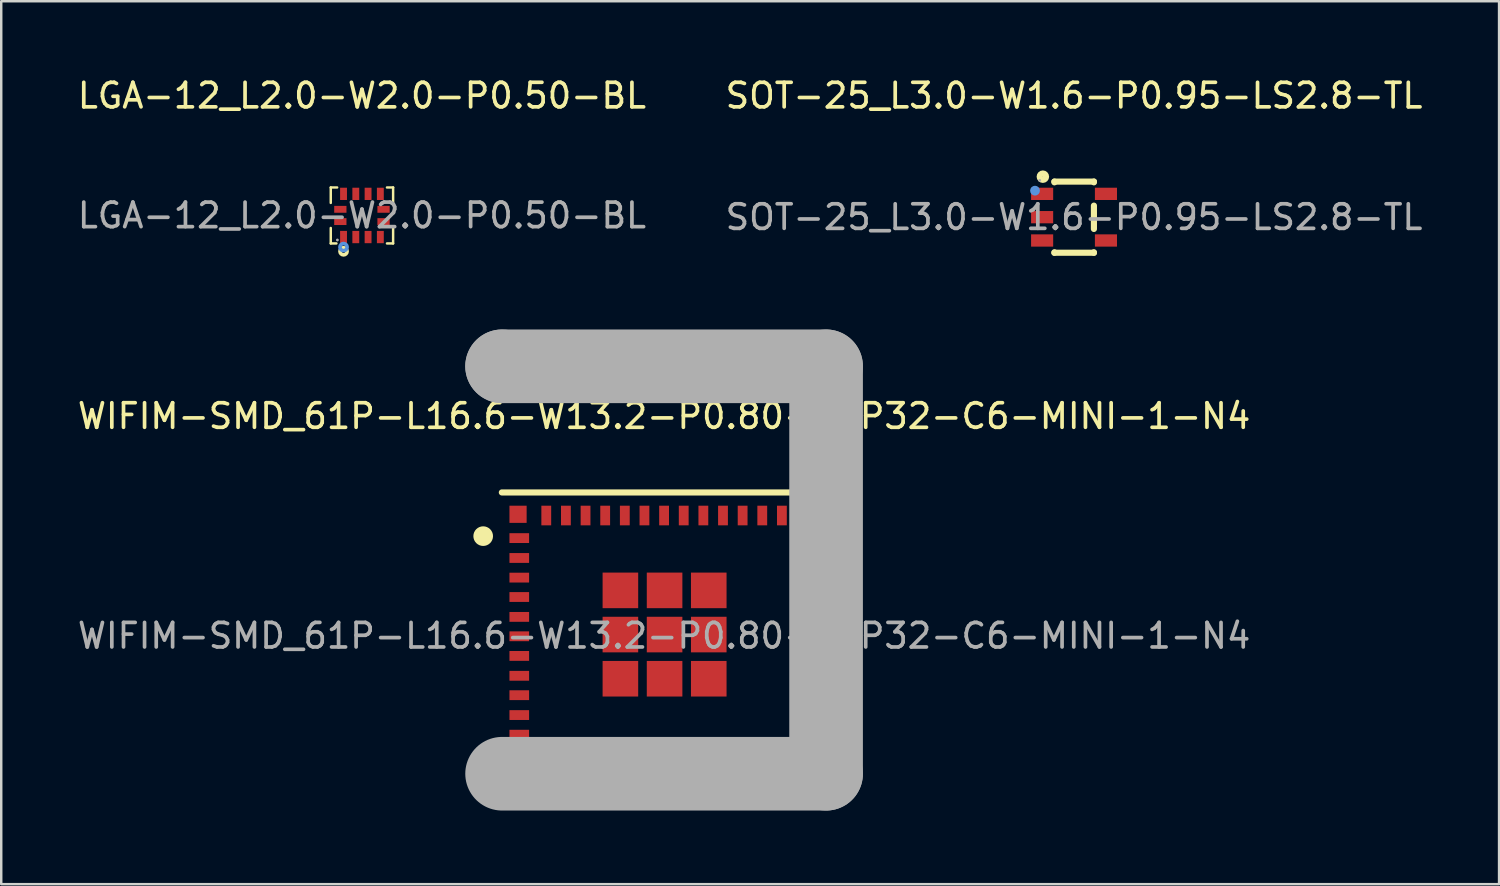
<source format=kicad_pcb>
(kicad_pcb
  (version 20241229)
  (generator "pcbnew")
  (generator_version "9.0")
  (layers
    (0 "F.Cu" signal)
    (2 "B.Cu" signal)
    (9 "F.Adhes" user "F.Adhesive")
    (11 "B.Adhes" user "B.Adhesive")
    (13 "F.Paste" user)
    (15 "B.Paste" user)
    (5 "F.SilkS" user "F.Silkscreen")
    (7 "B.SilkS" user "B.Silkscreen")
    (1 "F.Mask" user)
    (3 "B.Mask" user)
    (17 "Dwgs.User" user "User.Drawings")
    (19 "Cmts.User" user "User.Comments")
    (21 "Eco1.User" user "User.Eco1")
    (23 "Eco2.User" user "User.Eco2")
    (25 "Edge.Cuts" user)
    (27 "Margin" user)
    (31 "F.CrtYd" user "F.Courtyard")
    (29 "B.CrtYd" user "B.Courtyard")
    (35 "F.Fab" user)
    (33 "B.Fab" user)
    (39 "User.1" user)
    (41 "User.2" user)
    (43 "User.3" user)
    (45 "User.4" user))
  (footprint "WIFIM-SMD_61P-L16.6-W13.2-P0.80-ESP32-C6-MINI-1-N4"
    (layer "F.Cu")
    (at 24.006 22.853)
    (property "Reference" "WIFIM-SMD_61P-L16.6-W13.2-P0.80-ESP32-C6-MINI-1-N4" (at 0 -8.95 0) (layer "F.SilkS") (effects (font (size 1 1) (thickness 0.15))))
    (attr smd)
    (fp_line (start -6.61 -5.84) (end 6.6 -5.84) (stroke (width 0.25) (type solid)) (layer "F.SilkS"))
    (fp_circle (center -7.37 -4.06) (end -7.17 -4.06) (stroke (width 0.4) (type solid)) (fill no) (layer "F.SilkS"))
    (fp_line (start -6.6 -10.98) (end -6.6 -10.98) (stroke (width 3) (type solid)) (layer "F.Fab"))
    (fp_line (start -6.6 -10.98) (end 6.6 -10.98) (stroke (width 3) (type solid)) (layer "F.Fab"))
    (fp_line (start 6.6 -10.98) (end 6.6 5.62) (stroke (width 3) (type solid)) (layer "F.Fab"))
    (fp_line (start 6.6 5.62) (end -6.6 5.62) (stroke (width 3) (type solid)) (layer "F.Fab"))
    (fp_circle (center -6.6 -10.98) (end -6.57 -10.98) (stroke (width 0.06) (type solid)) (fill no) (layer "F.Fab"))
    (fp_text user "${REFERENCE}" (at 0 0 0) (layer "F.Fab") (effects (font (size 1 1) (thickness 0.15))))
    (pad "1" smd rect (at -5.9 -3.98) (size 0.8 0.4) (layers "F.Cu" "F.Mask" "F.Paste"))
    (pad "2" smd rect (at -5.9 -3.17) (size 0.8 0.4) (layers "F.Cu" "F.Mask" "F.Paste"))
    (pad "3" smd rect (at -5.9 -2.37) (size 0.8 0.4) (layers "F.Cu" "F.Mask" "F.Paste"))
    (pad "4" smd rect (at -5.9 -1.58) (size 0.8 0.4) (layers "F.Cu" "F.Mask" "F.Paste"))
    (pad "5" smd rect (at -5.9 -0.77) (size 0.8 0.4) (layers "F.Cu" "F.Mask" "F.Paste"))
    (pad "6" smd rect (at -5.9 0.02) (size 0.8 0.4) (layers "F.Cu" "F.Mask" "F.Paste"))
    (pad "7" smd rect (at -5.9 0.82) (size 0.8 0.4) (layers "F.Cu" "F.Mask" "F.Paste"))
    (pad "8" smd rect (at -5.9 1.63) (size 0.8 0.4) (layers "F.Cu" "F.Mask" "F.Paste"))
    (pad "9" smd rect (at -5.9 2.42) (size 0.8 0.4) (layers "F.Cu" "F.Mask" "F.Paste"))
    (pad "10" smd rect (at -5.9 3.23) (size 0.8 0.4) (layers "F.Cu" "F.Mask" "F.Paste"))
    (pad "11" smd rect (at -5.9 4.03) (size 0.8 0.4) (layers "F.Cu" "F.Mask" "F.Paste"))
    (pad "12" smd rect (at -4.8 4.9 270) (size 0.8 0.4) (layers "F.Cu" "F.Mask" "F.Paste"))
    (pad "13" smd rect (at -4 4.9 270) (size 0.8 0.4) (layers "F.Cu" "F.Mask" "F.Paste"))
    (pad "14" smd rect (at -3.2 4.9 270) (size 0.8 0.4) (layers "F.Cu" "F.Mask" "F.Paste"))
    (pad "15" smd rect (at -2.4 4.9 270) (size 0.8 0.4) (layers "F.Cu" "F.Mask" "F.Paste"))
    (pad "16" smd rect (at -1.6 4.9 270) (size 0.8 0.4) (layers "F.Cu" "F.Mask" "F.Paste"))
    (pad "17" smd rect (at -0.8 4.9 270) (size 0.8 0.4) (layers "F.Cu" "F.Mask" "F.Paste"))
    (pad "18" smd rect (at 0 4.9 270) (size 0.8 0.4) (layers "F.Cu" "F.Mask" "F.Paste"))
    (pad "19" smd rect (at 0.8 4.9 270) (size 0.8 0.4) (layers "F.Cu" "F.Mask" "F.Paste"))
    (pad "20" smd rect (at 1.6 4.9 270) (size 0.8 0.4) (layers "F.Cu" "F.Mask" "F.Paste"))
    (pad "21" smd rect (at 2.4 4.9 270) (size 0.8 0.4) (layers "F.Cu" "F.Mask" "F.Paste"))
    (pad "22" smd rect (at 3.2 4.9 270) (size 0.8 0.4) (layers "F.Cu" "F.Mask" "F.Paste"))
    (pad "23" smd rect (at 4 4.9 270) (size 0.8 0.4) (layers "F.Cu" "F.Mask" "F.Paste"))
    (pad "24" smd rect (at 4.8 4.9 270) (size 0.8 0.4) (layers "F.Cu" "F.Mask" "F.Paste"))
    (pad "25" smd rect (at 5.9 4.03) (size 0.8 0.4) (layers "F.Cu" "F.Mask" "F.Paste"))
    (pad "26" smd rect (at 5.9 3.23) (size 0.8 0.4) (layers "F.Cu" "F.Mask" "F.Paste"))
    (pad "27" smd rect (at 5.9 2.42) (size 0.8 0.4) (layers "F.Cu" "F.Mask" "F.Paste"))
    (pad "28" smd rect (at 5.9 1.63) (size 0.8 0.4) (layers "F.Cu" "F.Mask" "F.Paste"))
    (pad "29" smd rect (at 5.9 0.82) (size 0.8 0.4) (layers "F.Cu" "F.Mask" "F.Paste"))
    (pad "30" smd rect (at 5.9 0.03) (size 0.8 0.4) (layers "F.Cu" "F.Mask" "F.Paste"))
    (pad "31" smd rect (at 5.9 -0.77) (size 0.8 0.4) (layers "F.Cu" "F.Mask" "F.Paste"))
    (pad "32" smd rect (at 5.9 -1.58) (size 0.8 0.4) (layers "F.Cu" "F.Mask" "F.Paste"))
    (pad "33" smd rect (at 5.9 -2.37) (size 0.8 0.4) (layers "F.Cu" "F.Mask" "F.Paste"))
    (pad "34" smd rect (at 5.9 -3.17) (size 0.8 0.4) (layers "F.Cu" "F.Mask" "F.Paste"))
    (pad "35" smd rect (at 5.9 -3.98) (size 0.8 0.4) (layers "F.Cu" "F.Mask" "F.Paste"))
    (pad "36" smd rect (at 4.8 -4.9 270) (size 0.8 0.4) (layers "F.Cu" "F.Mask" "F.Paste"))
    (pad "37" smd rect (at 4 -4.9 270) (size 0.8 0.4) (layers "F.Cu" "F.Mask" "F.Paste"))
    (pad "38" smd rect (at 3.2 -4.9 270) (size 0.8 0.4) (layers "F.Cu" "F.Mask" "F.Paste"))
    (pad "39" smd rect (at 2.4 -4.9 270) (size 0.8 0.4) (layers "F.Cu" "F.Mask" "F.Paste"))
    (pad "40" smd rect (at 1.6 -4.9 270) (size 0.8 0.4) (layers "F.Cu" "F.Mask" "F.Paste"))
    (pad "41" smd rect (at 0.8 -4.9 270) (size 0.8 0.4) (layers "F.Cu" "F.Mask" "F.Paste"))
    (pad "42" smd rect (at 0 -4.9 270) (size 0.8 0.4) (layers "F.Cu" "F.Mask" "F.Paste"))
    (pad "43" smd rect (at -0.8 -4.9 270) (size 0.8 0.4) (layers "F.Cu" "F.Mask" "F.Paste"))
    (pad "44" smd rect (at -1.6 -4.9 270) (size 0.8 0.4) (layers "F.Cu" "F.Mask" "F.Paste"))
    (pad "45" smd rect (at -2.4 -4.9 270) (size 0.8 0.4) (layers "F.Cu" "F.Mask" "F.Paste"))
    (pad "46" smd rect (at -3.2 -4.9 270) (size 0.8 0.4) (layers "F.Cu" "F.Mask" "F.Paste"))
    (pad "47" smd rect (at -4 -4.9 270) (size 0.8 0.4) (layers "F.Cu" "F.Mask" "F.Paste"))
    (pad "48" smd rect (at -4.8 -4.9 270) (size 0.8 0.4) (layers "F.Cu" "F.Mask" "F.Paste"))
    (pad "49" smd rect (at -1.78 -1.85) (size 1.45 1.45) (layers "F.Cu" "F.Mask" "F.Paste"))
    (pad "49" smd rect (at -1.78 -0.05) (size 1.45 1.45) (layers "F.Cu" "F.Mask" "F.Paste"))
    (pad "49" smd rect (at -1.78 1.75) (size 1.45 1.45) (layers "F.Cu" "F.Mask" "F.Paste"))
    (pad "49" smd rect (at 0.02 -1.85) (size 1.45 1.45) (layers "F.Cu" "F.Mask" "F.Paste"))
    (pad "49" smd rect (at 0.02 -0.05) (size 1.45 1.45) (layers "F.Cu" "F.Mask" "F.Paste"))
    (pad "49" smd rect (at 0.02 1.75) (size 1.45 1.45) (layers "F.Cu" "F.Mask" "F.Paste"))
    (pad "49" smd rect (at 1.82 -1.85) (size 1.45 1.45) (layers "F.Cu" "F.Mask" "F.Paste"))
    (pad "49" smd rect (at 1.82 -0.05) (size 1.45 1.45) (layers "F.Cu" "F.Mask" "F.Paste"))
    (pad "49" smd rect (at 1.82 1.75) (size 1.45 1.45) (layers "F.Cu" "F.Mask" "F.Paste"))
    (pad "50" smd rect (at 5.95 -4.95) (size 0.7 0.7) (layers "F.Cu" "F.Mask" "F.Paste"))
    (pad "51" smd rect (at 5.95 4.95) (size 0.7 0.7) (layers "F.Cu" "F.Mask" "F.Paste"))
    (pad "52" smd rect (at -5.95 4.95) (size 0.7 0.7) (layers "F.Cu" "F.Mask" "F.Paste"))
    (pad "53" smd rect (at -5.95 -4.95) (size 0.7 0.7) (layers "F.Cu" "F.Mask" "F.Paste")))
  (footprint "SOT-25_L3.0-W1.6-P0.95-LS2.8-TL"
    (layer "F.Cu")
    (at 40.708 5.798)
    (property "Reference" "SOT-25_L3.0-W1.6-P0.95-LS2.8-TL" (at 0 -4.95 0) (layer "F.SilkS") (effects (font (size 1 1) (thickness 0.15))))
    (attr smd)
    (fp_line (start -0.8 -1.45) (end -0.8 -1.42) (stroke (width 0.25) (type solid)) (layer "F.SilkS"))
    (fp_line (start -0.8 -1.45) (end 0.81 -1.45) (stroke (width 0.25) (type solid)) (layer "F.SilkS"))
    (fp_line (start -0.8 1.43) (end -0.8 1.45) (stroke (width 0.25) (type solid)) (layer "F.SilkS"))
    (fp_line (start -0.8 1.45) (end 0.81 1.45) (stroke (width 0.25) (type solid)) (layer "F.SilkS"))
    (fp_line (start 0.81 -1.42) (end 0.81 -1.45) (stroke (width 0.25) (type solid)) (layer "F.SilkS"))
    (fp_line (start 0.81 0.48) (end 0.81 -0.47) (stroke (width 0.25) (type solid)) (layer "F.SilkS"))
    (fp_line (start 0.81 1.45) (end 0.81 1.43) (stroke (width 0.25) (type solid)) (layer "F.SilkS"))
    (fp_circle (center -1.27 -1.65) (end -1.14 -1.65) (stroke (width 0.25) (type solid)) (fill no) (layer "F.SilkS"))
    (fp_circle (center -1.59 -1.08) (end -1.49 -1.08) (stroke (width 0.2) (type solid)) (fill no) (layer "Cmts.User"))
    (fp_circle (center -1.4 -1.5) (end -1.37 -1.5) (stroke (width 0.06) (type solid)) (fill no) (layer "F.Fab"))
    (fp_text user "${REFERENCE}" (at 0 0 0) (layer "F.Fab") (effects (font (size 1 1) (thickness 0.15))))
    (pad "1" smd rect (at -1.3 -0.95 270) (size 0.5 0.9) (layers "F.Cu" "F.Mask" "F.Paste"))
    (pad "2" smd rect (at -1.3 0 270) (size 0.5 0.9) (layers "F.Cu" "F.Mask" "F.Paste"))
    (pad "3" smd rect (at -1.3 0.95 270) (size 0.5 0.9) (layers "F.Cu" "F.Mask" "F.Paste"))
    (pad "4" smd rect (at 1.3 0.95 270) (size 0.5 0.9) (layers "F.Cu" "F.Mask" "F.Paste"))
    (pad "5" smd rect (at 1.3 -0.95 270) (size 0.5 0.9) (layers "F.Cu" "F.Mask" "F.Paste")))
  (footprint "LGA-12_L2.0-W2.0-P0.50-BL"
    (layer "F.Cu")
    (at 11.696 5.728)
    (property "Reference" "LGA-12_L2.0-W2.0-P0.50-BL" (at 0 -4.88 0) (layer "F.SilkS") (effects (font (size 1 1) (thickness 0.15))))
    (attr smd)
    (fp_line (start -1.27 -1.14) (end -1.27 -0.51) (stroke (width 0.1) (type solid)) (layer "F.SilkS"))
    (fp_line (start -1.27 0.51) (end -1.27 1.14) (stroke (width 0.1) (type solid)) (layer "F.SilkS"))
    (fp_line (start -1.27 1.14) (end -1.04 1.14) (stroke (width 0.1) (type solid)) (layer "F.SilkS"))
    (fp_line (start -1.01 -1.14) (end -1.27 -1.14) (stroke (width 0.1) (type solid)) (layer "F.SilkS"))
    (fp_line (start 1.02 -1.14) (end 1.27 -1.14) (stroke (width 0.1) (type solid)) (layer "F.SilkS"))
    (fp_line (start 1.27 -1.14) (end 1.27 -0.51) (stroke (width 0.1) (type solid)) (layer "F.SilkS"))
    (fp_line (start 1.27 0.51) (end 1.27 1.14) (stroke (width 0.1) (type solid)) (layer "F.SilkS"))
    (fp_line (start 1.27 1.14) (end 1.02 1.14) (stroke (width 0.1) (type solid)) (layer "F.SilkS"))
    (fp_circle (center -0.75 1.46) (end -0.68 1.46) (stroke (width 0.15) (type solid)) (fill no) (layer "F.SilkS"))
    (fp_circle (center -0.75 1.29) (end -0.68 1.29) (stroke (width 0.15) (type solid)) (fill no) (layer "Cmts.User"))
    (fp_circle (center -1 1) (end -0.97 1) (stroke (width 0.06) (type solid)) (fill no) (layer "F.Fab"))
    (fp_text user "${REFERENCE}" (at 0 0 0) (layer "F.Fab") (effects (font (size 1 1) (thickness 0.15))))
    (pad "1" smd rect (at -0.75 0.88) (size 0.28 0.5) (layers "F.Cu" "F.Mask" "F.Paste"))
    (pad "2" smd rect (at -0.25 0.88) (size 0.28 0.5) (layers "F.Cu" "F.Mask" "F.Paste"))
    (pad "3" smd rect (at 0.25 0.88) (size 0.28 0.5) (layers "F.Cu" "F.Mask" "F.Paste"))
    (pad "4" smd rect (at 0.75 0.88) (size 0.28 0.5) (layers "F.Cu" "F.Mask" "F.Paste"))
    (pad "5" smd rect (at 0.88 0.25) (size 0.5 0.28) (layers "F.Cu" "F.Mask" "F.Paste"))
    (pad "6" smd rect (at 0.88 -0.25) (size 0.5 0.28) (layers "F.Cu" "F.Mask" "F.Paste"))
    (pad "7" smd rect (at 0.75 -0.88) (size 0.28 0.5) (layers "F.Cu" "F.Mask" "F.Paste"))
    (pad "8" smd rect (at 0.25 -0.88) (size 0.28 0.5) (layers "F.Cu" "F.Mask" "F.Paste"))
    (pad "9" smd rect (at -0.25 -0.88) (size 0.28 0.5) (layers "F.Cu" "F.Mask" "F.Paste"))
    (pad "10" smd rect (at -0.75 -0.88) (size 0.28 0.5) (layers "F.Cu" "F.Mask" "F.Paste"))
    (pad "11" smd rect (at -0.88 -0.25) (size 0.5 0.28) (layers "F.Cu" "F.Mask" "F.Paste"))
    (pad "12" smd rect (at -0.88 0.25) (size 0.5 0.28) (layers "F.Cu" "F.Mask" "F.Paste")))
  (gr_rect
    (start -3 -3)
    (end 58.024 32.973)
    (stroke (width 0.1) (type default))
    (fill no)
    (layer "Edge.Cuts")))
</source>
